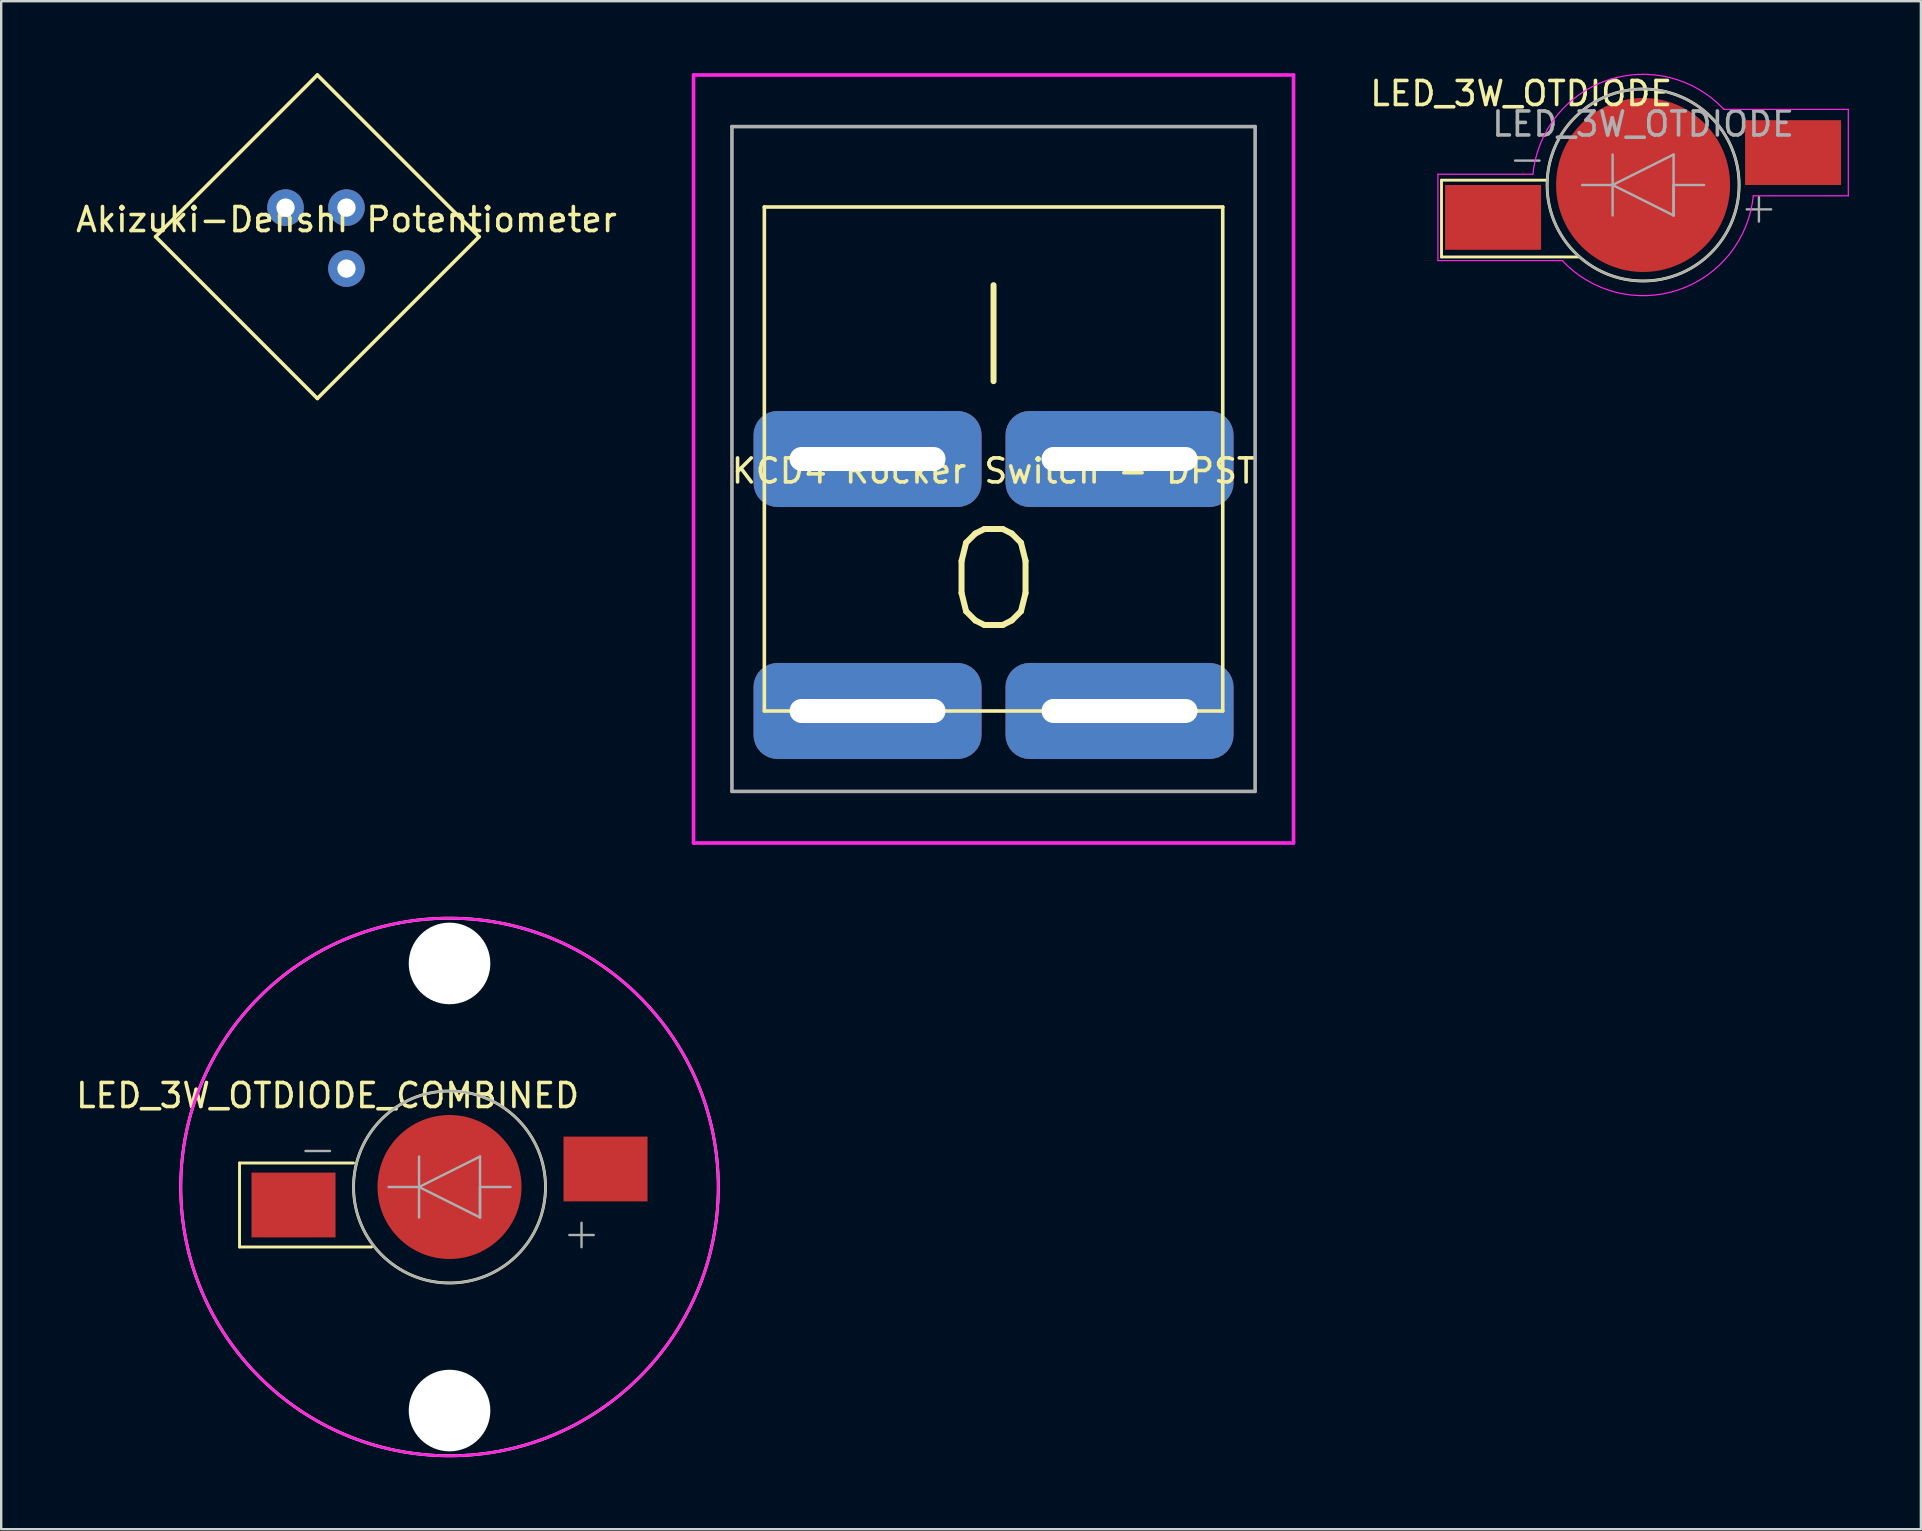
<source format=kicad_pcb>
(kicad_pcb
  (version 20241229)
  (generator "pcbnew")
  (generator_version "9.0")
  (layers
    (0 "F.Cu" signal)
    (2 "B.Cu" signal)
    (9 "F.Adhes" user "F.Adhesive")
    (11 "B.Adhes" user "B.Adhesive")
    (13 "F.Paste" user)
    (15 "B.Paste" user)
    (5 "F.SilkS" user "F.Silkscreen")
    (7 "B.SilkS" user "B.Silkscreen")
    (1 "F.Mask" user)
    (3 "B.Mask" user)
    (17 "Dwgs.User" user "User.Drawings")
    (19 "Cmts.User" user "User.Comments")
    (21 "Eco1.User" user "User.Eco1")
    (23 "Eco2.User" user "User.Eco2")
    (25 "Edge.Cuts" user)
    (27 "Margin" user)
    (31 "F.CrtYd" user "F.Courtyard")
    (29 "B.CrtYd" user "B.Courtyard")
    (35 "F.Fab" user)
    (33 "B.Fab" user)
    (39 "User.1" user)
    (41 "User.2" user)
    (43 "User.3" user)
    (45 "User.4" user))
  (footprint "LED_3W_OTDIODE"
    (layer "F.Cu")
    (at 65.415 4.658)
    (property "Reference" "LED_3W_OTDIODE" (at -5.08 -3.81 0) (layer "F.SilkS") (effects (font (size 1 1) (thickness 0.15))))
    (attr smd)
    (fp_line (start -8.4 -0.2) (end -8.4 3) (stroke (width 0.12) (type solid)) (layer "F.SilkS"))
    (fp_line (start -8.4 3) (end -2.7 3) (stroke (width 0.12) (type solid)) (layer "F.SilkS"))
    (fp_line (start -4 -0.2) (end -8.4 -0.2) (stroke (width 0.12) (type solid)) (layer "F.SilkS"))
    (fp_circle (center 0 0) (end 4 0) (stroke (width 0.12) (type solid)) (fill no) (layer "F.SilkS"))
    (fp_line (start -8.55 -0.45) (end -8.55 3.15) (stroke (width 0.05) (type solid)) (layer "F.CrtYd"))
    (fp_line (start -8.55 3.15) (end -3.37 3.15) (stroke (width 0.05) (type solid)) (layer "F.CrtYd"))
    (fp_line (start -4.59 -0.45) (end -8.55 -0.45) (stroke (width 0.05) (type solid)) (layer "F.CrtYd"))
    (fp_line (start 3.37 -3.15) (end 8.55 -3.15) (stroke (width 0.05) (type solid)) (layer "F.CrtYd"))
    (fp_line (start 8.55 -3.15) (end 8.55 0.45) (stroke (width 0.05) (type solid)) (layer "F.CrtYd"))
    (fp_line (start 8.55 0.45) (end 4.59 0.45) (stroke (width 0.05) (type solid)) (layer "F.CrtYd"))
    (fp_arc (start -4.59 -0.45) (mid -1.481265 -4.36766) (end 3.369303 -3.149349) (stroke (width 0.05) (type solid)) (layer "F.CrtYd"))
    (fp_arc (start 4.59 0.45) (mid 1.481265 4.36766) (end -3.369303 3.149349) (stroke (width 0.05) (type solid)) (layer "F.CrtYd"))
    (fp_line (start -5.334 -1.016) (end -4.318 -1.016) (stroke (width 0.1) (type solid)) (layer "F.Fab"))
    (fp_line (start -2.54 0) (end -1.27 0) (stroke (width 0.1) (type solid)) (layer "F.Fab"))
    (fp_line (start -1.27 -1.27) (end -1.27 1.27) (stroke (width 0.1) (type solid)) (layer "F.Fab"))
    (fp_line (start -1.27 0) (end 1.27 -1.27) (stroke (width 0.1) (type solid)) (layer "F.Fab"))
    (fp_line (start -1.27 0) (end 1.27 1.27) (stroke (width 0.1) (type solid)) (layer "F.Fab"))
    (fp_line (start 1.27 -1.27) (end 1.27 1.27) (stroke (width 0.1) (type solid)) (layer "F.Fab"))
    (fp_line (start 1.27 0) (end 2.54 0) (stroke (width 0.1) (type solid)) (layer "F.Fab"))
    (fp_line (start 1.27 1.27) (end 1.27 0) (stroke (width 0.1) (type solid)) (layer "F.Fab"))
    (fp_line (start 4.318 1.016) (end 5.334 1.016) (stroke (width 0.1) (type solid)) (layer "F.Fab"))
    (fp_line (start 4.826 1.524) (end 4.826 0.508) (stroke (width 0.1) (type solid)) (layer "F.Fab"))
    (fp_circle (center 0 0) (end 4 0) (stroke (width 0.1) (type solid)) (fill no) (layer "F.Fab"))
    (fp_text user "${REFERENCE}" (at 0 -2.54 0) (layer "F.Fab") (effects (font (size 1 1) (thickness 0.15))))
    (pad "1" smd rect (at -6.25 1.35) (size 4 2.7) (layers "F.Cu" "F.Mask" "F.Paste"))
    (pad "2" smd rect (at 6.25 -1.35) (size 4 2.7) (layers "F.Cu" "F.Mask" "F.Paste"))
    (pad "3" smd circle (at 0 0) (size 7.25 7.25) (layers "F.Cu" "F.Mask" "F.Paste")))
  (footprint "LED_3W_OTDIODE_COMBINED"
    (layer "F.Cu")
    (at 15.681 46.41)
    (property "Reference" "LED_3W_OTDIODE_COMBINED" (at -5.08 -3.81 0) (layer "F.SilkS") (effects (font (size 1 1) (thickness 0.15))))
    (attr smd)
    (fp_line (start -8.75 -1) (end -8.75 2.5) (stroke (width 0.12) (type solid)) (layer "F.SilkS"))
    (fp_line (start -8.75 2.5) (end -3.25 2.5) (stroke (width 0.12) (type solid)) (layer "F.SilkS"))
    (fp_line (start -4 -1) (end -8.75 -1) (stroke (width 0.12) (type solid)) (layer "F.SilkS"))
    (fp_circle (center 0 0) (end 4 0) (stroke (width 0.12) (type solid)) (fill no) (layer "F.SilkS"))
    (fp_circle (center 0 0) (end 11.2 0) (stroke (width 0.12) (type default)) (fill no) (layer "F.SilkS"))
    (fp_circle (center 0 0) (end 11.2 0) (stroke (width 0.12) (type default)) (fill no) (layer "F.CrtYd"))
    (fp_line (start -6 -1.5) (end -4.984 -1.5) (stroke (width 0.1) (type solid)) (layer "F.Fab"))
    (fp_line (start -2.54 0) (end -1.27 0) (stroke (width 0.1) (type solid)) (layer "F.Fab"))
    (fp_line (start -1.27 -1.27) (end -1.27 1.27) (stroke (width 0.1) (type solid)) (layer "F.Fab"))
    (fp_line (start -1.27 0) (end 1.27 -1.27) (stroke (width 0.1) (type solid)) (layer "F.Fab"))
    (fp_line (start -1.27 0) (end 1.27 1.27) (stroke (width 0.1) (type solid)) (layer "F.Fab"))
    (fp_line (start 1.27 -1.27) (end 1.27 1.27) (stroke (width 0.1) (type solid)) (layer "F.Fab"))
    (fp_line (start 1.27 0) (end 2.54 0) (stroke (width 0.1) (type solid)) (layer "F.Fab"))
    (fp_line (start 1.27 1.27) (end 1.27 0) (stroke (width 0.1) (type solid)) (layer "F.Fab"))
    (fp_line (start 4.992 2) (end 6.008 2) (stroke (width 0.1) (type solid)) (layer "F.Fab"))
    (fp_line (start 5.5 2.508) (end 5.5 1.492) (stroke (width 0.1) (type solid)) (layer "F.Fab"))
    (fp_circle (center 0 0) (end 4 0) (stroke (width 0.1) (type solid)) (fill no) (layer "F.Fab"))
    (pad "" np_thru_hole circle (at 0 -9.315) (size 3.4 3.4) (drill 3.4) (layers "*.Cu" "*.Mask"))
    (pad "" np_thru_hole circle (at 0 9.315) (size 3.4 3.4) (drill 3.4) (layers "*.Cu" "*.Mask"))
    (pad "1" smd rect (at -6.5 0.75) (size 3.5 2.7) (layers "F.Cu" "F.Mask" "F.Paste"))
    (pad "2" smd rect (at 6.5 -0.75) (size 3.5 2.7) (layers "F.Cu" "F.Mask" "F.Paste"))
    (pad "3" smd circle (at 0 0) (size 6 6) (layers "F.Cu" "F.Mask" "F.Paste")))
  (footprint "KCD4 Rocker Switch - DPST"
    (layer "F.Cu")
    (at 38.349 16.075)
    (property "Reference" "KCD4 Rocker Switch - DPST" (at 0 0.5 0) (layer "F.SilkS") (effects (font (size 1 1) (thickness 0.15))))
    (attr through_hole)
    (fp_line (start -9.55 -10.5) (end 9.55 -10.5) (stroke (width 0.15) (type solid)) (layer "F.SilkS"))
    (fp_line (start -9.55 10.5) (end -9.55 -10.5) (stroke (width 0.15) (type solid)) (layer "F.SilkS"))
    (fp_line (start -9.55 10.5) (end 9.55 10.5) (stroke (width 0.15) (type solid)) (layer "F.SilkS"))
    (fp_line (start 9.55 10.5) (end 9.55 -10.5) (stroke (width 0.15) (type solid)) (layer "F.SilkS"))
    (fp_line (start -12.5 -16) (end 12.5 -16) (stroke (width 0.15) (type solid)) (layer "F.CrtYd"))
    (fp_line (start -12.5 16) (end -12.5 -16) (stroke (width 0.15) (type solid)) (layer "F.CrtYd"))
    (fp_line (start -12.5 16) (end 12.5 16) (stroke (width 0.15) (type solid)) (layer "F.CrtYd"))
    (fp_line (start 12.5 16) (end 12.5 -16) (stroke (width 0.15) (type solid)) (layer "F.CrtYd"))
    (fp_line (start -10.9 -13.85) (end 10.9 -13.85) (stroke (width 0.15) (type solid)) (layer "F.Fab"))
    (fp_line (start -10.9 13.85) (end -10.9 -13.85) (stroke (width 0.15) (type solid)) (layer "F.Fab"))
    (fp_line (start -10.9 13.85) (end 10.9 13.85) (stroke (width 0.15) (type solid)) (layer "F.Fab"))
    (fp_line (start 10.9 13.85) (end 10.9 -13.85) (stroke (width 0.15) (type solid)) (layer "F.Fab"))
    (fp_text user "I" (at 0 -5.08 0) (layer "F.SilkS") (effects (font (size 4 4) (thickness 0.25))))
    (fp_text user "O" (at 0 5.08 0) (layer "F.SilkS") (effects (font (size 4 4) (thickness 0.25))))
    (pad "1" thru_hole roundrect (at -5.25 10.5) (size 9.5 4) (drill oval 6.5 1) (layers "*.Cu" "*.Mask") (roundrect_rratio 0.25))
    (pad "2" thru_hole roundrect (at -5.25 0) (size 9.5 4) (drill oval 6.5 1) (layers "*.Cu" "*.Mask") (roundrect_rratio 0.25))
    (pad "3" thru_hole roundrect (at 5.25 10.5) (size 9.5 4) (drill oval 6.5 1) (layers "*.Cu" "*.Mask") (roundrect_rratio 0.25))
    (pad "4" thru_hole roundrect (at 5.25 0) (size 9.5 4) (drill oval 6.5 1) (layers "*.Cu" "*.Mask") (roundrect_rratio 0.25)))
  (footprint "Akizuki-Denshi Potentiometer"
    (layer "F.Cu")
    (at 11.387 5.601)
    (property "Reference" "Akizuki-Denshi Potentiometer" (at 0 0.5 0) (layer "F.SilkS") (effects (font (size 1 1) (thickness 0.15))))
    (attr through_hole)
    (fp_line (start -1.213 -5.526) (end -7.952 1.213) (stroke (width 0.15) (type solid)) (layer "F.SilkS"))
    (fp_line (start -1.213 -5.526) (end 5.526 1.213) (stroke (width 0.15) (type solid)) (layer "F.SilkS"))
    (fp_line (start -1.213 7.952) (end -7.952 1.213) (stroke (width 0.15) (type solid)) (layer "F.SilkS"))
    (fp_line (start -1.213 7.952) (end 5.526 1.213) (stroke (width 0.15) (type solid)) (layer "F.SilkS"))
    (pad "1" thru_hole circle (at 0 2.54) (size 1.524 1.524) (drill 0.762) (layers "*.Cu" "*.Mask"))
    (pad "2" thru_hole circle (at 0 0) (size 1.524 1.524) (drill 0.762) (layers "*.Cu" "*.Mask"))
    (pad "3" thru_hole circle (at -2.54 0) (size 1.524 1.524) (drill 0.762) (layers "*.Cu" "*.Mask")))
  (gr_rect
    (start -3 -3)
    (end 76.99 60.67)
    (stroke (width 0.1) (type default))
    (fill no)
    (layer "Edge.Cuts")))
</source>
